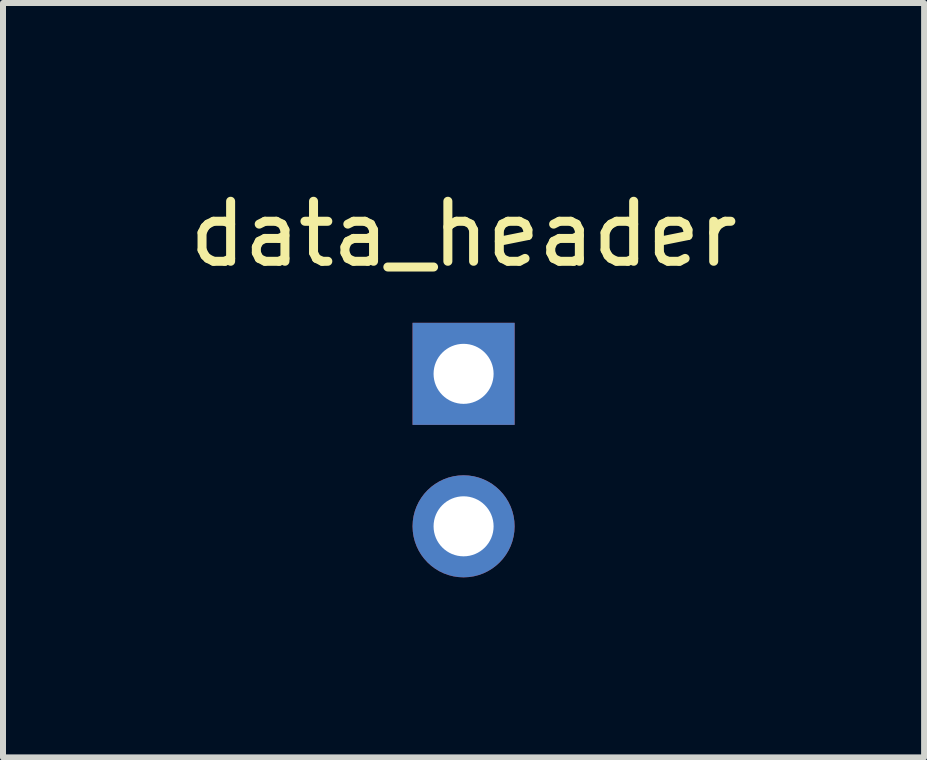
<source format=kicad_pcb>
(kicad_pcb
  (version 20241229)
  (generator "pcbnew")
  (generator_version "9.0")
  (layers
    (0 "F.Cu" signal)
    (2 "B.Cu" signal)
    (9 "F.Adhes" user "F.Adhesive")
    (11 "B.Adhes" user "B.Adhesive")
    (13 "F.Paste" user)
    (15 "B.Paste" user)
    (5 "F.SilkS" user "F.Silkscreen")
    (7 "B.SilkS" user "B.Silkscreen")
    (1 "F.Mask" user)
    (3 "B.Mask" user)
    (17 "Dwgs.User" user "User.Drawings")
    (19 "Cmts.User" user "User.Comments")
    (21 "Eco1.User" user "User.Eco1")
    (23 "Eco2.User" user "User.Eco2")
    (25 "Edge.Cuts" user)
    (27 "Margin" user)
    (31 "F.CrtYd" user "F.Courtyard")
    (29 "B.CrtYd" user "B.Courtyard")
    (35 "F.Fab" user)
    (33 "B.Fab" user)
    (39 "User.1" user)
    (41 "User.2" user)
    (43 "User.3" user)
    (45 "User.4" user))
  (footprint "data_header"
    (layer "F.Cu")
    (at 4.673 3.178)
    (property "Reference" "data_header" (at 0 -2.33 0) (layer "F.SilkS") (effects (font (size 1 1) (thickness 0.15))))
    (attr through_hole)
    (pad "1" thru_hole rect (at 0 0) (size 1.7 1.7) (drill 1) (layers "*.Cu" "*.Mask"))
    (pad "2" thru_hole oval (at 0 2.54) (size 1.7 1.7) (drill 1) (layers "*.Cu" "*.Mask")))
  (gr_rect
    (start -3 -3)
    (end 12.345 9.568)
    (stroke (width 0.1) (type default))
    (fill no)
    (layer "Edge.Cuts")))
</source>
